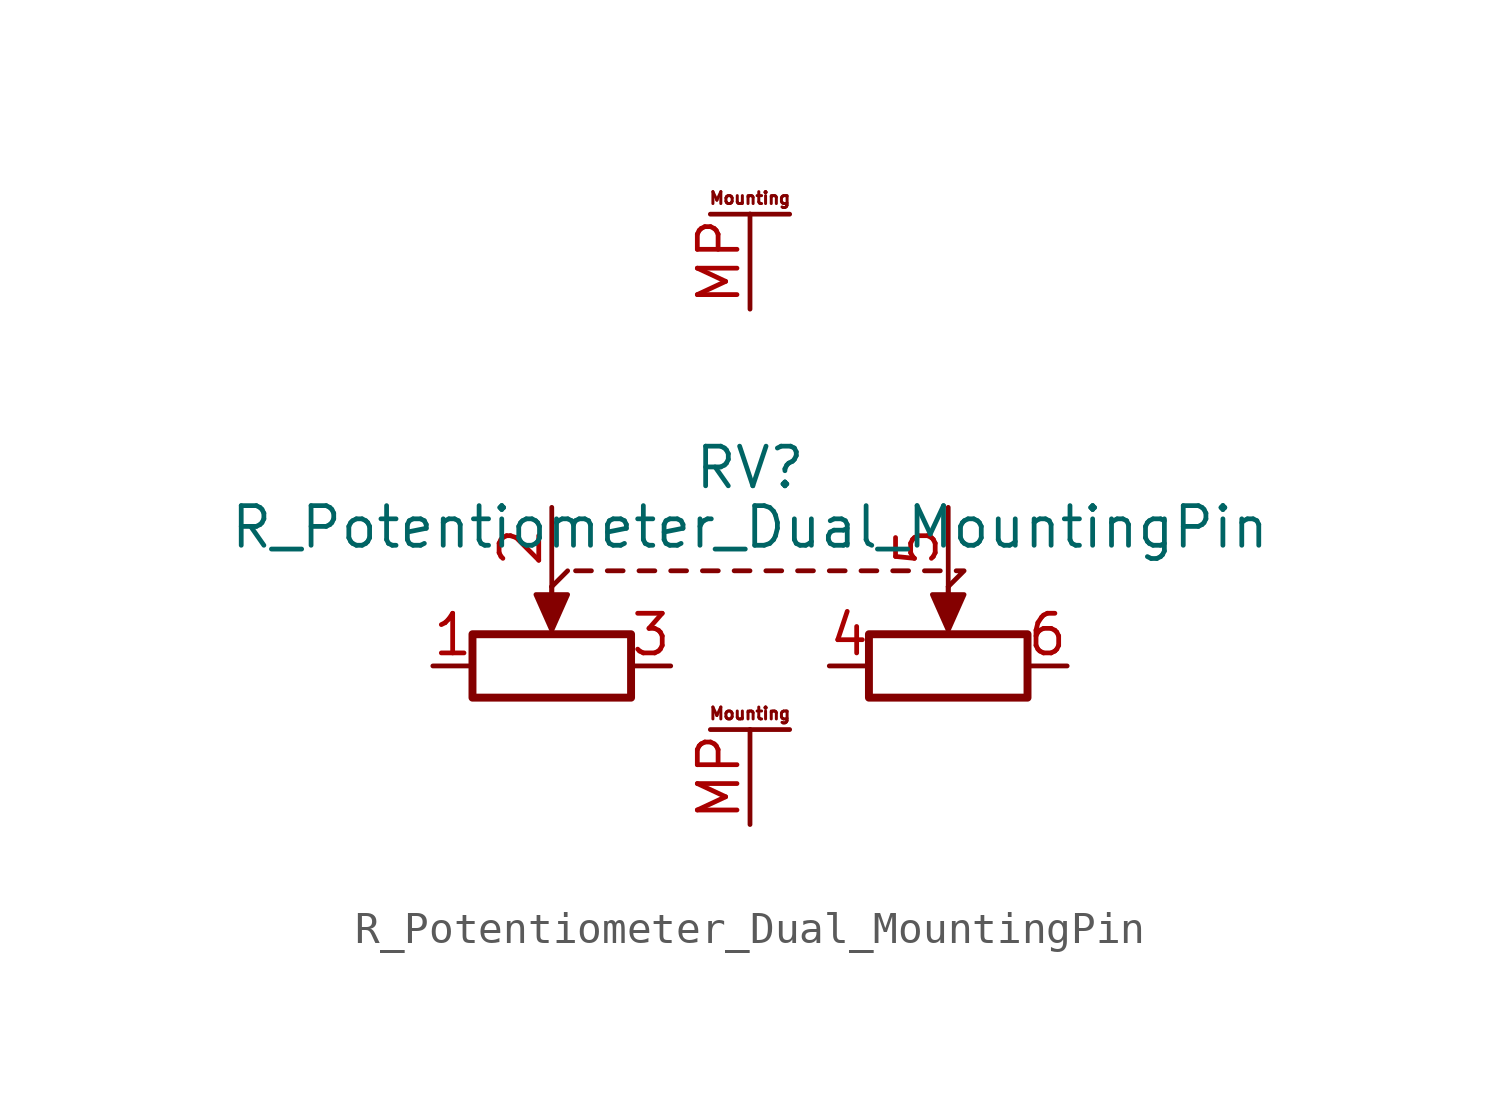
<source format=kicad_sym>
(kicad_symbol_lib
  (version 20231120)
  (generator "kicad_symbol_editor")
  (generator_version "8.0")
  (symbol "R_Potentiometer_Dual_MountingPin"
    (pin_names
      (offset 1.016) hide)
    (property "Reference" "RV"
      (at 0 3.81 0)
      (effects (font (size 1.27 1.27))))
    (property "Value" "R_Potentiometer_Dual_MountingPin"
      (at 0 1.905 0)
      (effects (font (size 1.27 1.27))))
    (symbol "R_Potentiometer_Dual_MountingPin_0_1"
      (rectangle (start -8.89 -1.524) (end -3.81 -3.556) (stroke (width 0.254) (type default)) (fill (type none)))
      (polyline (pts (xy -6.35 0) (xy -6.35 -1.016)) (stroke (width 0) (type default)) (fill (type none)))
      (polyline (pts (xy -6.35 0) (xy -6.35 -1.016)) (stroke (width 0) (type default)) (fill (type none)))
      (polyline (pts (xy -6.35 0) (xy -5.842 0.508)) (stroke (width 0) (type default)) (fill (type none)))
      (polyline (pts (xy -5.588 0.508) (xy -5.08 0.508)) (stroke (width 0) (type default)) (fill (type none)))
      (polyline (pts (xy -4.572 0.508) (xy -4.064 0.508)) (stroke (width 0) (type default)) (fill (type none)))
      (polyline (pts (xy -3.556 0.508) (xy -3.048 0.508)) (stroke (width 0) (type default)) (fill (type none)))
      (polyline (pts (xy -2.54 0.508) (xy -2.032 0.508)) (stroke (width 0) (type default)) (fill (type none)))
      (polyline (pts (xy -1.524 0.508) (xy -1.016 0.508)) (stroke (width 0) (type default)) (fill (type none)))
      (polyline (pts (xy -0.508 0.508) (xy 0 0.508)) (stroke (width 0) (type default)) (fill (type none)))
      (polyline (pts (xy 0.508 0.508) (xy 1.016 0.508)) (stroke (width 0) (type default)) (fill (type none)))
      (polyline (pts (xy 1.524 0.508) (xy 2.032 0.508)) (stroke (width 0) (type default)) (fill (type none)))
      (polyline (pts (xy 2.54 0.508) (xy 3.048 0.508)) (stroke (width 0) (type default)) (fill (type none)))
      (polyline (pts (xy 3.556 0.508) (xy 4.064 0.508)) (stroke (width 0) (type default)) (fill (type none)))
      (polyline (pts (xy 4.572 0.508) (xy 5.08 0.508)) (stroke (width 0) (type default)) (fill (type none)))
      (polyline (pts (xy 5.588 0.508) (xy 6.096 0.508)) (stroke (width 0) (type default)) (fill (type none)))
      (polyline (pts (xy 6.35 0) (xy 6.35 -1.016)) (stroke (width 0) (type default)) (fill (type none)))
      (polyline (pts (xy 6.35 0) (xy 6.35 -1.016)) (stroke (width 0) (type default)) (fill (type none)))
      (polyline (pts (xy 6.604 0.508) (xy 6.858 0.508) (xy 6.35 0)) (stroke (width 0) (type default)) (fill (type none)))
      (polyline (pts (xy -6.35 -1.397) (xy -6.858 -0.254) (xy -5.842 -0.254) (xy -6.35 -1.397)) (stroke (width 0) (type default)) (fill (type outline)))
      (polyline (pts (xy 6.35 -1.397) (xy 5.842 -0.254) (xy 6.858 -0.254) (xy 6.35 -1.397)) (stroke (width 0) (type default)) (fill (type outline)))
      (rectangle (start 3.81 -1.524) (end 8.89 -3.556) (stroke (width 0.254) (type default)) (fill (type none))))
    (symbol "R_Potentiometer_Dual_MountingPin_1_1"
      (polyline (pts (xy -1.27 -4.578) (xy 1.27 -4.578)) (stroke (width 0) (type default)) (fill (type none)))
      (polyline (pts (xy -1.27 11.932) (xy 1.27 11.932)) (stroke (width 0) (type default)) (fill (type none)))
      (text "Mounting" (at 0 -4.066 0) (effects (font (size 0.381 0.381))))
      (text "Mounting" (at 0 12.444 0) (effects (font (size 0.381 0.381))))
      (pin passive line (at -10.16 -2.54 0) (length 1.27) (name "1" (effects (font (size 1.27 1.27)))) (number "1" (effects (font (size 1.27 1.27)))))
      (pin passive line (at -6.35 2.54 270) (length 2.54) (name "2" (effects (font (size 1.27 1.27)))) (number "2" (effects (font (size 1.27 1.27)))))
      (pin passive line (at -2.54 -2.54 180) (length 1.27) (name "3" (effects (font (size 1.27 1.27)))) (number "3" (effects (font (size 1.27 1.27)))))
      (pin passive line (at 2.54 -2.54 0) (length 1.27) (name "4" (effects (font (size 1.27 1.27)))) (number "4" (effects (font (size 1.27 1.27)))))
      (pin passive line (at 6.35 2.54 270) (length 2.54) (name "5" (effects (font (size 1.27 1.27)))) (number "5" (effects (font (size 1.27 1.27)))))
      (pin passive line (at 10.16 -2.54 180) (length 1.27) (name "6" (effects (font (size 1.27 1.27)))) (number "6" (effects (font (size 1.27 1.27)))))
      (pin passive line (at 0 -7.62 90) (length 3.048) (name "MountPin" (effects (font (size 1.27 1.27)))) (number "MP" (effects (font (size 1.27 1.27)))))
      (pin passive line (at 0 8.89 90) (length 3.048) (name "MountPin" (effects (font (size 1.27 1.27)))) (number "MP" (effects (font (size 1.27 1.27))))))))
</source>
